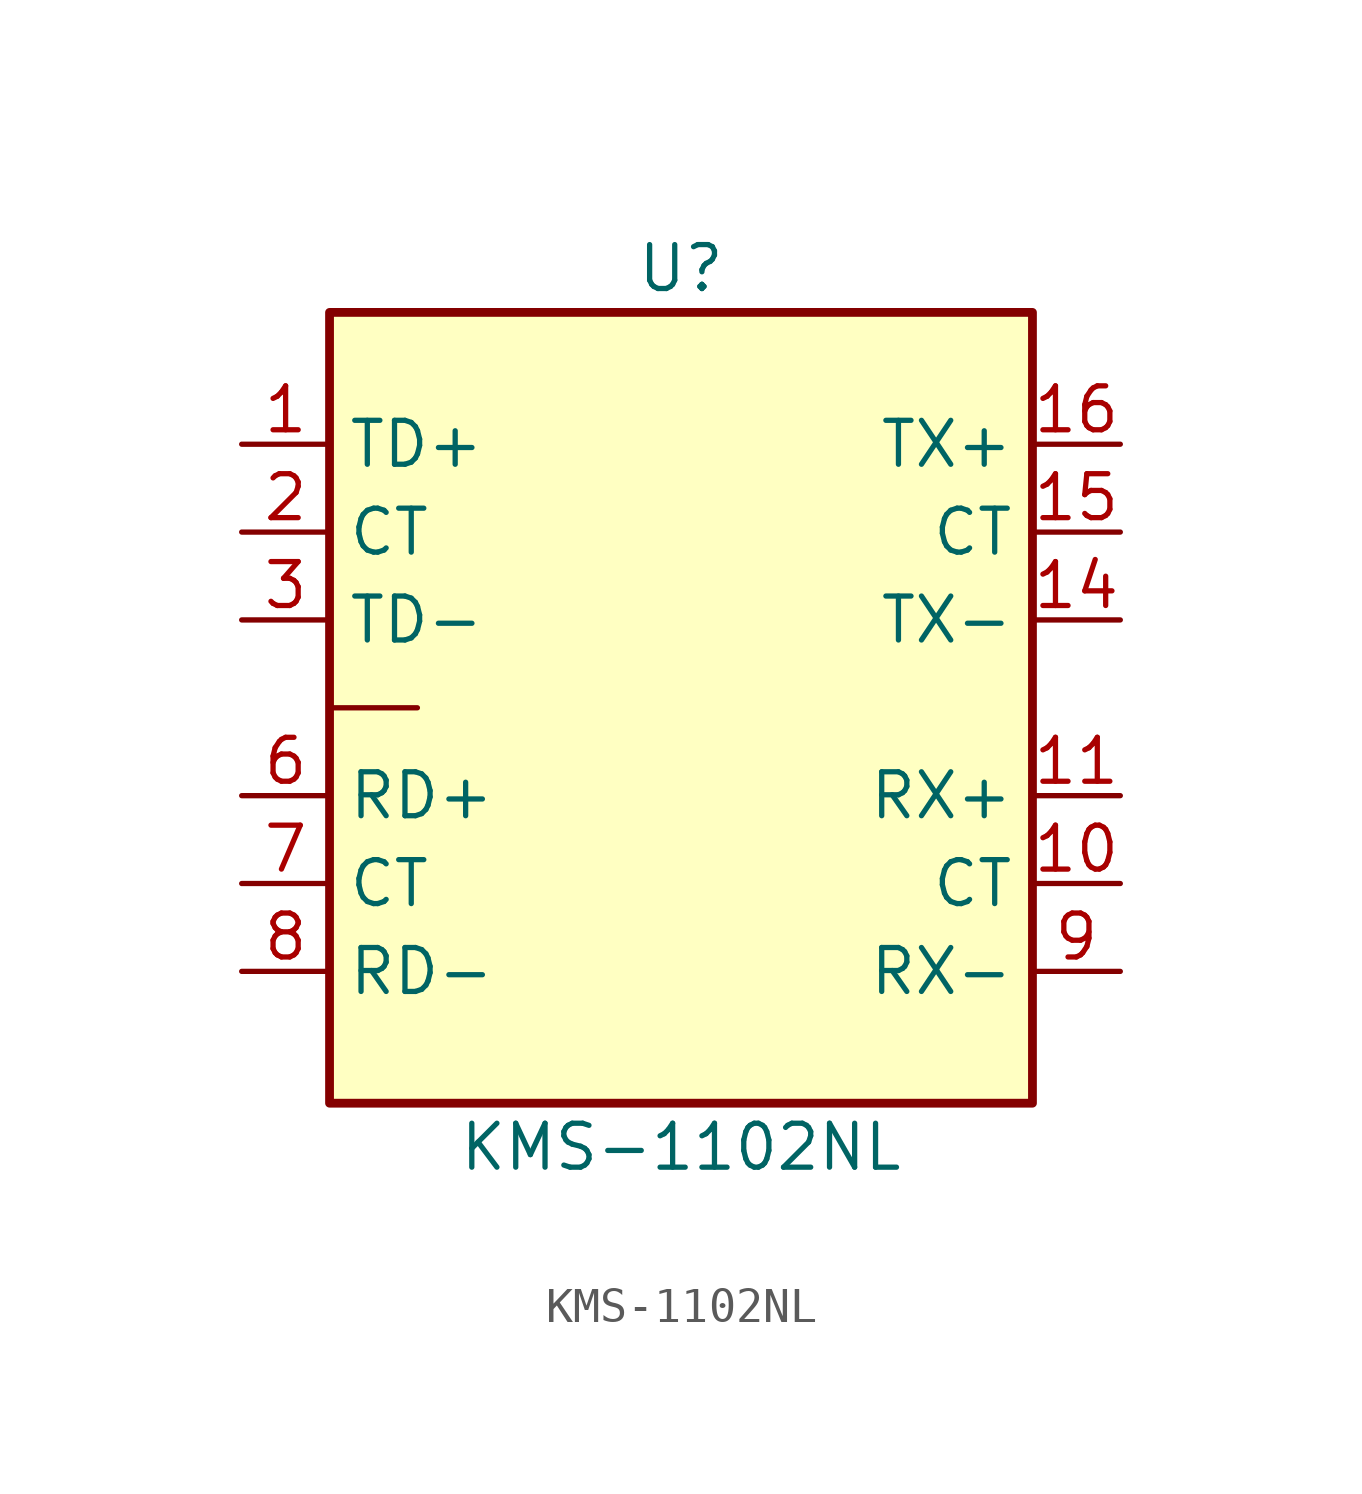
<source format=kicad_sym>
(kicad_symbol_lib
  (version 20241209)
  (generator "kicad_symbol_editor")
  (generator_version "9.0")
  (symbol "KMS-1102NL"
    (property "Reference" "U"
      (at 0 12.7 0)
      (effects (font (size 1.27 1.27))))
    (property "Value" "KMS-1102NL"
      (at 0 -12.7 0)
      (effects (font (size 1.27 1.27))))
    (symbol "KMS-1102NL_0_1"
      (rectangle (start -10.16 11.43) (end 10.16 -11.43) (stroke (width 0.254) (type default)) (fill (type background)))
      (polyline (pts (xy -7.62 0) (xy -10.16 0)) (stroke (width 0) (type default)) (fill (type none))))
    (symbol "KMS-1102NL_1_1"
      (pin passive line (at -12.7 7.62 0) (length 2.54) (name "TD+" (effects (font (size 1.27 1.27)))) (number "1" (effects (font (size 1.27 1.27)))))
      (pin passive line (at -12.7 5.08 0) (length 2.54) (name "CT" (effects (font (size 1.27 1.27)))) (number "2" (effects (font (size 1.27 1.27)))))
      (pin passive line (at -12.7 2.54 0) (length 2.54) (name "TD-" (effects (font (size 1.27 1.27)))) (number "3" (effects (font (size 1.27 1.27)))))
      (pin passive line (at -12.7 -2.54 0) (length 2.54) (name "RD+" (effects (font (size 1.27 1.27)))) (number "6" (effects (font (size 1.27 1.27)))))
      (pin passive line (at -12.7 -5.08 0) (length 2.54) (name "CT" (effects (font (size 1.27 1.27)))) (number "7" (effects (font (size 1.27 1.27)))))
      (pin passive line (at -12.7 -7.62 0) (length 2.54) (name "RD-" (effects (font (size 1.27 1.27)))) (number "8" (effects (font (size 1.27 1.27)))))
      (pin passive line (at 12.7 7.62 180) (length 2.54) (name "TX+" (effects (font (size 1.27 1.27)))) (number "16" (effects (font (size 1.27 1.27)))))
      (pin passive line (at 12.7 5.08 180) (length 2.54) (name "CT" (effects (font (size 1.27 1.27)))) (number "15" (effects (font (size 1.27 1.27)))))
      (pin passive line (at 12.7 2.54 180) (length 2.54) (name "TX-" (effects (font (size 1.27 1.27)))) (number "14" (effects (font (size 1.27 1.27)))))
      (pin passive line (at 12.7 -2.54 180) (length 2.54) (name "RX+" (effects (font (size 1.27 1.27)))) (number "11" (effects (font (size 1.27 1.27)))))
      (pin passive line (at 12.7 -5.08 180) (length 2.54) (name "CT" (effects (font (size 1.27 1.27)))) (number "10" (effects (font (size 1.27 1.27)))))
      (pin passive line (at 12.7 -7.62 180) (length 2.54) (name "RX-" (effects (font (size 1.27 1.27)))) (number "9" (effects (font (size 1.27 1.27))))))))
</source>
